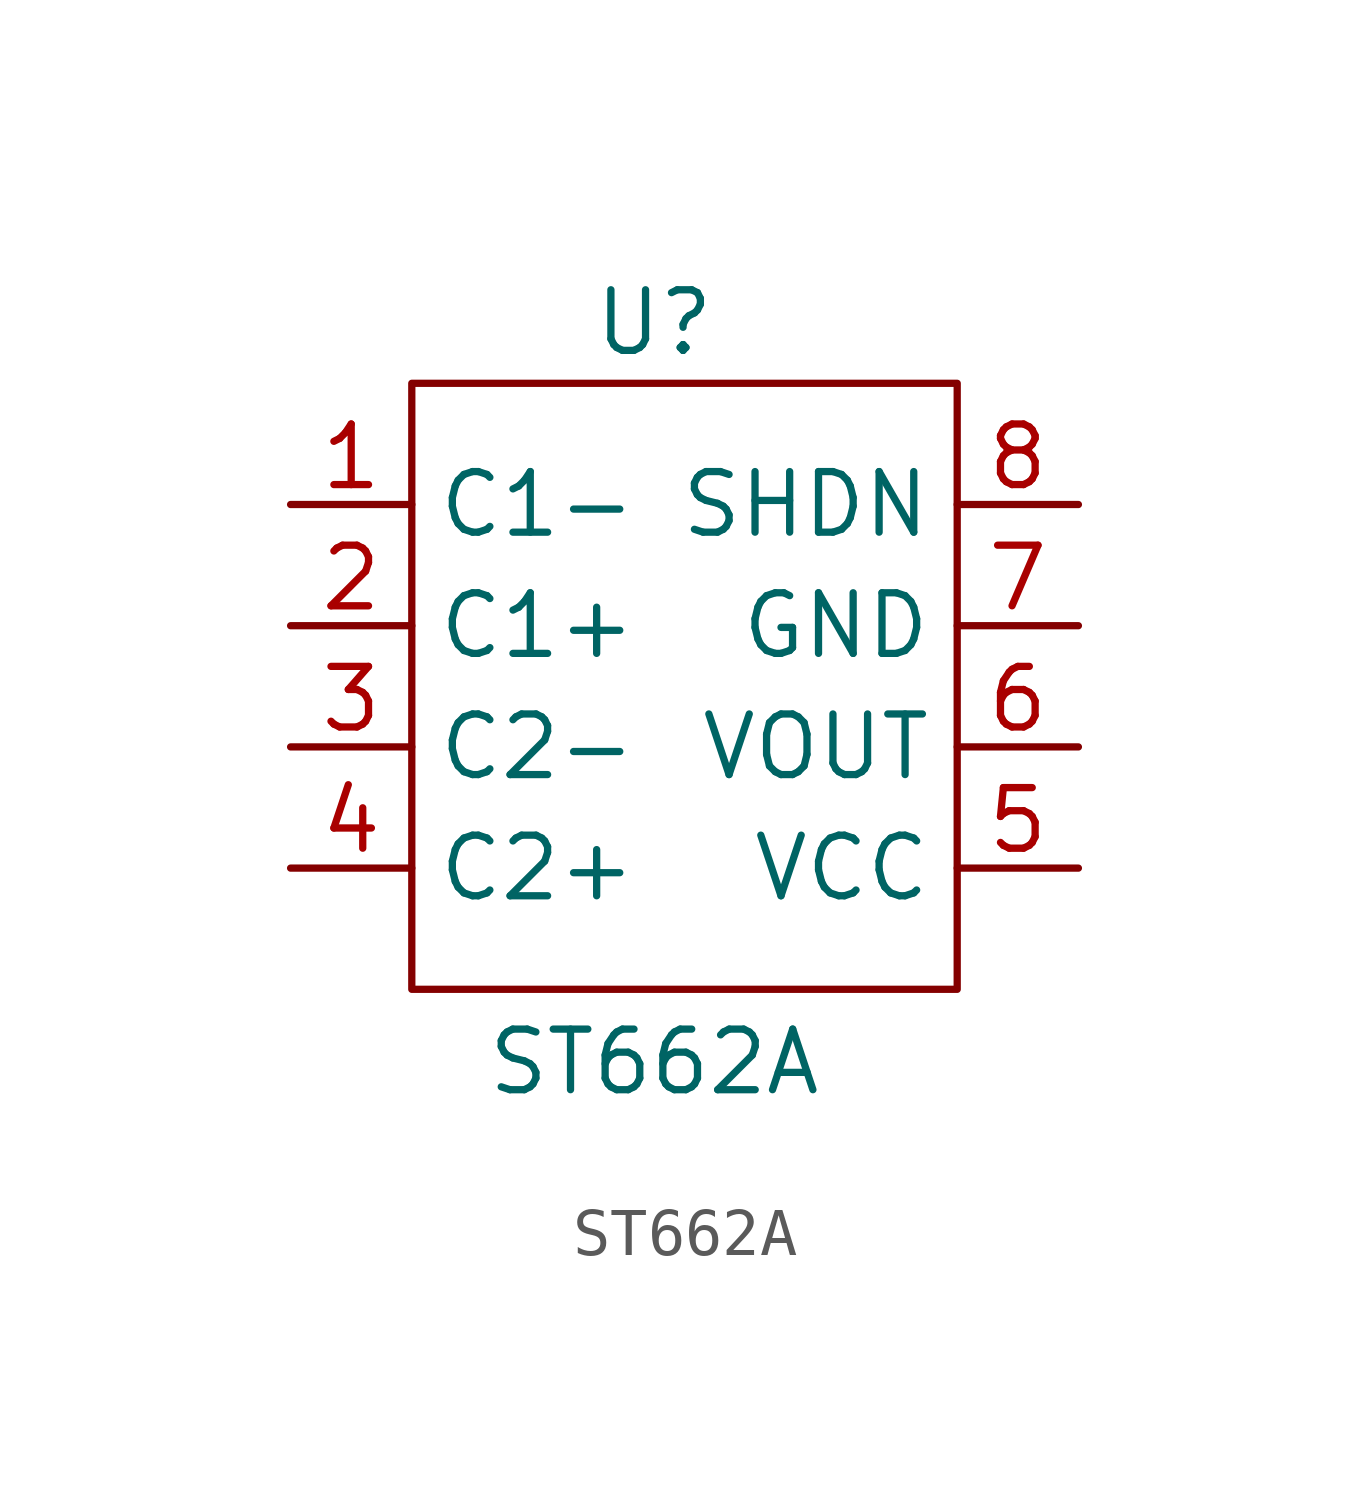
<source format=kicad_sym>
(kicad_symbol_lib
  (version 20231120)
  (generator "kicad_symbol_editor")
  (generator_version "8.0")
  (symbol "ST662A"
    (property "Reference" "U"
      (at 0 0 0)
      (effects (font (size 1.27 1.27))))
    (property "Value" "ST662A"
      (at 0 -15.494 0)
      (effects (font (size 1.27 1.27))))
    (symbol "ST662A_0_1"
      (rectangle (start -5.08 -1.27) (end 6.35 -13.97) (stroke (width 0) (type default)) (fill (type none))))
    (symbol "ST662A_1_1"
      (pin input line (at -7.62 -3.81 0) (length 2.54) (name "C1-" (effects (font (size 1.27 1.27)))) (number "1" (effects (font (size 1.27 1.27)))))
      (pin input line (at -7.62 -6.35 0) (length 2.54) (name "C1+" (effects (font (size 1.27 1.27)))) (number "2" (effects (font (size 1.27 1.27)))))
      (pin input line (at -7.62 -8.89 0) (length 2.54) (name "C2-" (effects (font (size 1.27 1.27)))) (number "3" (effects (font (size 1.27 1.27)))))
      (pin input line (at -7.62 -11.43 0) (length 2.54) (name "C2+" (effects (font (size 1.27 1.27)))) (number "4" (effects (font (size 1.27 1.27)))))
      (pin input line (at 8.89 -11.43 180) (length 2.54) (name "VCC" (effects (font (size 1.27 1.27)))) (number "5" (effects (font (size 1.27 1.27)))))
      (pin input line (at 8.89 -8.89 180) (length 2.54) (name "VOUT" (effects (font (size 1.27 1.27)))) (number "6" (effects (font (size 1.27 1.27)))))
      (pin input line (at 8.89 -6.35 180) (length 2.54) (name "GND" (effects (font (size 1.27 1.27)))) (number "7" (effects (font (size 1.27 1.27)))))
      (pin input line (at 8.89 -3.81 180) (length 2.54) (name "SHDN" (effects (font (size 1.27 1.27)))) (number "8" (effects (font (size 1.27 1.27))))))))
</source>
